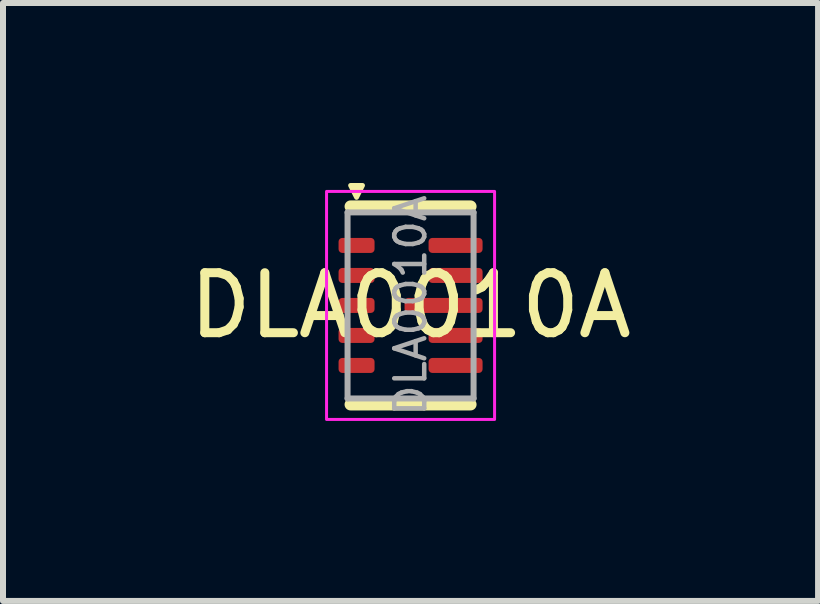
<source format=kicad_pcb>
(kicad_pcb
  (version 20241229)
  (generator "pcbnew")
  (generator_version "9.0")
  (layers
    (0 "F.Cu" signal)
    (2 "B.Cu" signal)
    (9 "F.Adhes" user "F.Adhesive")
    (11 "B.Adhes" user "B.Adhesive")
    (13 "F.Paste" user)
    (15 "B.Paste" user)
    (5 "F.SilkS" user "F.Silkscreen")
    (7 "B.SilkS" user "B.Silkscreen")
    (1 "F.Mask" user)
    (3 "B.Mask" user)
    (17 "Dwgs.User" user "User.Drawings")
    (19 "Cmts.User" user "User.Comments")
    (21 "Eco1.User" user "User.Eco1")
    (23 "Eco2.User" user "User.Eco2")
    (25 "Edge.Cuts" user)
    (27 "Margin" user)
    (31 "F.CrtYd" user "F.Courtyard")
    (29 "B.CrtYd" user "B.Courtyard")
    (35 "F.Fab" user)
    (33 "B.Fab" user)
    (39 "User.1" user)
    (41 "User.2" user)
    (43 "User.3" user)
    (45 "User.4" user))
  (footprint "DLA0010A"
    (layer "F.Cu")
    (at 3.792 2.04)
    (property "Reference" "DLA0010A" (at 0 0 0) (unlocked yes) (layer "F.SilkS") (effects (font (size 1 1) (thickness 0.15))))
    (attr smd)
    (fp_line (start -1 -1.65) (end 1 -1.65) (stroke (width 0.2) (type solid)) (layer "F.SilkS"))
    (fp_line (start -1 1.65) (end 1 1.65) (stroke (width 0.2) (type solid)) (layer "F.SilkS"))
    (fp_poly (pts (xy -0.9 -1.8) (xy -0.8 -2) (xy -1 -2)) (stroke (width 0.08) (type solid)) (fill yes) (layer "F.SilkS"))
    (fp_poly (pts (xy -0.1 0.075) (xy -0.1 -0.075) (xy -0.05 -0.125) (xy 0.4 -0.125) (xy 0.45 -0.075) (xy 0.45 0.075) (xy 0.4 0.125) (xy -0.05 0.125)) (stroke (width 0) (type solid)) (fill yes) (layer "F.Paste"))
    (fp_poly (pts (xy 0.65 0.075) (xy 0.65 -0.075) (xy 0.7 -0.125) (xy 1.15 -0.125) (xy 1.2 -0.075) (xy 1.2 0.075) (xy 1.15 0.125) (xy 0.7 0.125)) (stroke (width 0) (type solid)) (fill yes) (layer "F.Paste"))
    (fp_rect (start -1.4 -1.9) (end 1.4 1.9) (stroke (width 0.05) (type default)) (fill no) (layer "F.CrtYd"))
    (fp_line (start -1.05 -1.55) (end 1.05 -1.55) (stroke (width 0.1) (type solid)) (layer "F.Fab"))
    (fp_line (start -1.05 1.55) (end -1.05 -1.55) (stroke (width 0.1) (type solid)) (layer "F.Fab"))
    (fp_line (start -1.05 1.55) (end 1.05 1.55) (stroke (width 0.1) (type solid)) (layer "F.Fab"))
    (fp_line (start 1.05 1.55) (end 1.05 -1.55) (stroke (width 0.1) (type solid)) (layer "F.Fab"))
    (fp_text user "${REFERENCE}" (at 0 0 90) (layer "F.Fab") (effects (font (size 0.5 0.5) (thickness 0.075))))
    (pad "1" smd roundrect (at -0.9 -1) (size 0.6 0.25) (layers "F.Cu" "F.Mask" "F.Paste") (roundrect_rratio 0.25))
    (pad "2" smd roundrect (at -0.9 -0.5) (size 0.6 0.25) (layers "F.Cu" "F.Mask" "F.Paste") (roundrect_rratio 0.25))
    (pad "3" smd roundrect (at -0.9 0) (size 0.6 0.25) (layers "F.Cu" "F.Mask" "F.Paste") (roundrect_rratio 0.25))
    (pad "4" smd roundrect (at -0.9 0.5) (size 0.6 0.25) (layers "F.Cu" "F.Mask" "F.Paste") (roundrect_rratio 0.25))
    (pad "5" smd roundrect (at -0.9 1) (size 0.6 0.25) (layers "F.Cu" "F.Mask" "F.Paste") (roundrect_rratio 0.25))
    (pad "6" smd roundrect (at 0.75 1) (size 0.9 0.25) (layers "F.Cu" "F.Mask" "F.Paste") (roundrect_rratio 0.25))
    (pad "7" smd roundrect (at 0.75 0.5) (size 0.9 0.25) (layers "F.Cu" "F.Mask" "F.Paste") (roundrect_rratio 0.25))
    (pad "8" smd roundrect (at 0.55 0) (size 1.3 0.25) (layers "F.Cu" "F.Mask") (roundrect_rratio 0.25))
    (pad "9" smd roundrect (at 0.75 -0.5) (size 0.9 0.25) (layers "F.Cu" "F.Mask" "F.Paste") (roundrect_rratio 0.25))
    (pad "10" smd roundrect (at 0.75 -1) (size 0.9 0.25) (layers "F.Cu" "F.Mask" "F.Paste") (roundrect_rratio 0.25)))
  (gr_rect
    (start -3 -3)
    (end 10.583 6.965)
    (stroke (width 0.1) (type default))
    (fill no)
    (layer "Edge.Cuts")))
</source>
